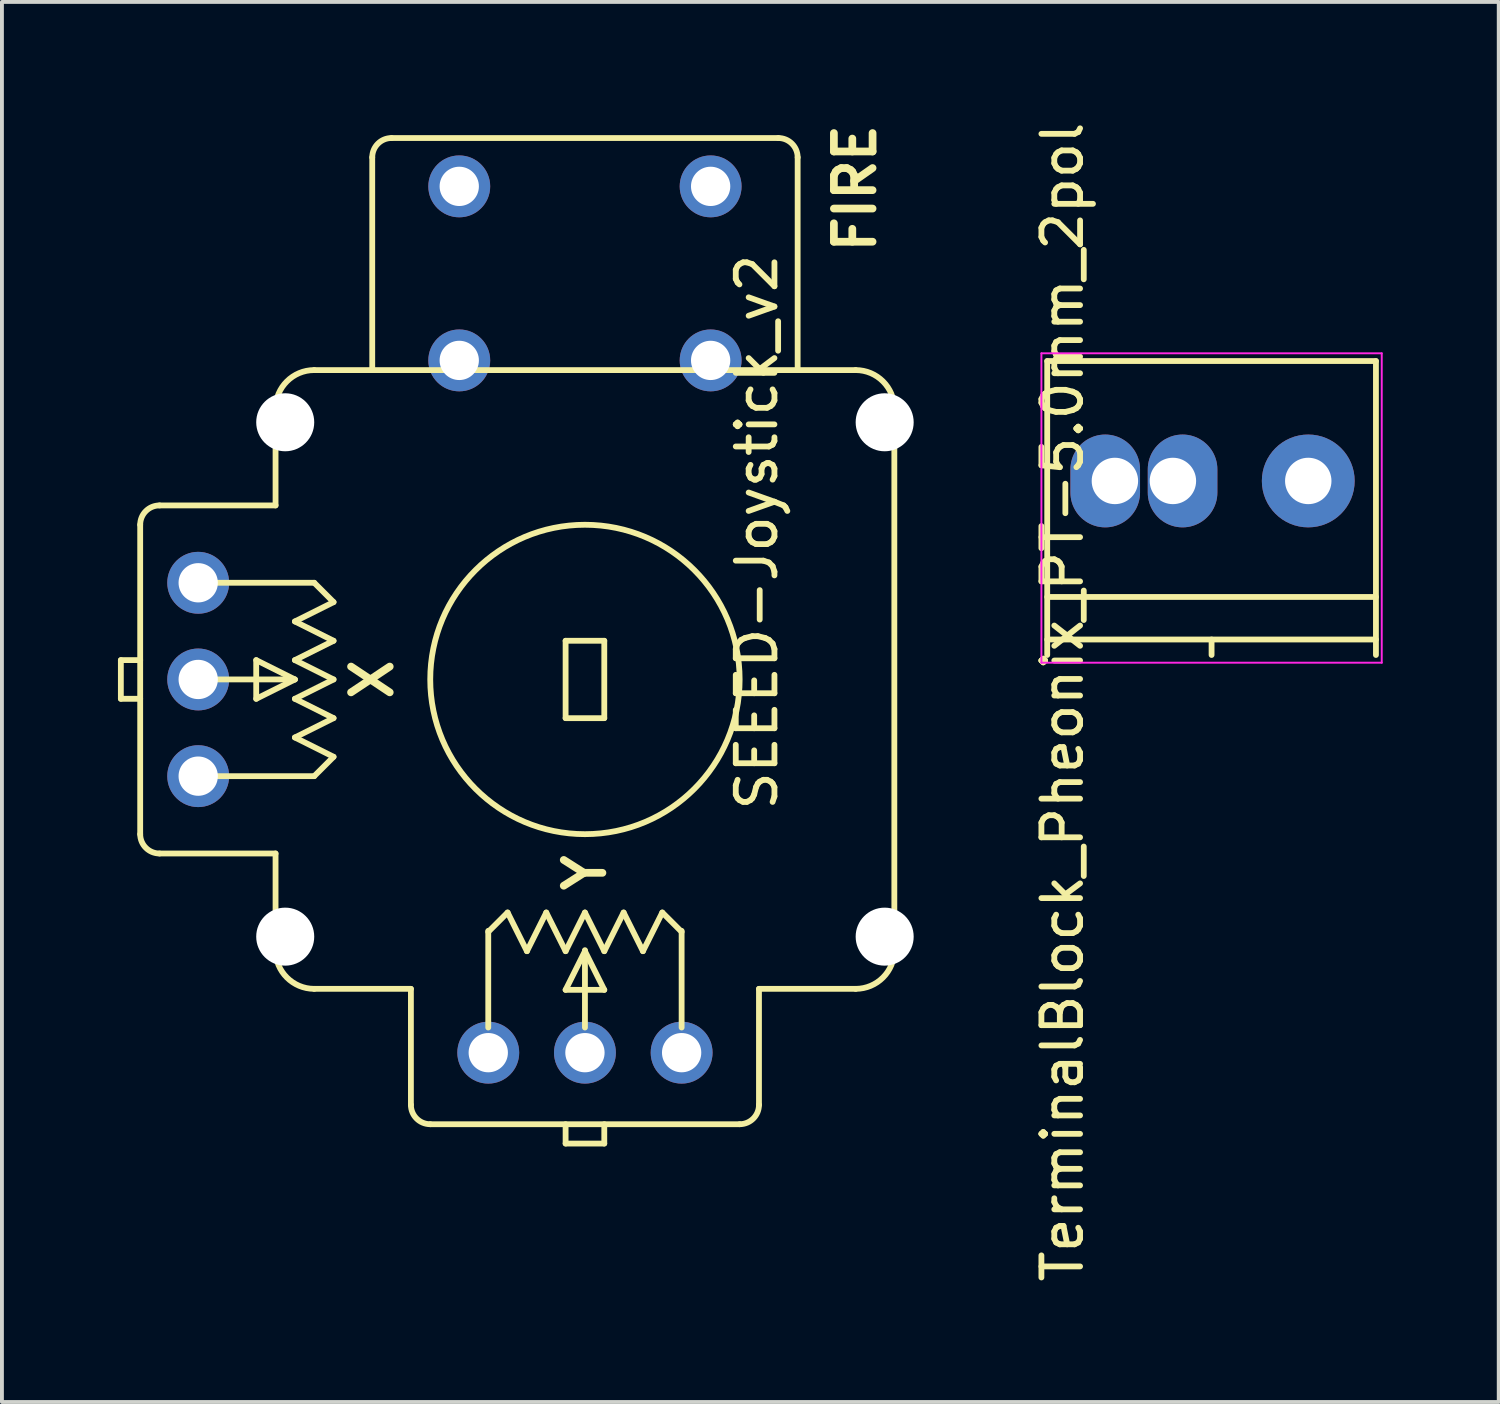
<source format=kicad_pcb>
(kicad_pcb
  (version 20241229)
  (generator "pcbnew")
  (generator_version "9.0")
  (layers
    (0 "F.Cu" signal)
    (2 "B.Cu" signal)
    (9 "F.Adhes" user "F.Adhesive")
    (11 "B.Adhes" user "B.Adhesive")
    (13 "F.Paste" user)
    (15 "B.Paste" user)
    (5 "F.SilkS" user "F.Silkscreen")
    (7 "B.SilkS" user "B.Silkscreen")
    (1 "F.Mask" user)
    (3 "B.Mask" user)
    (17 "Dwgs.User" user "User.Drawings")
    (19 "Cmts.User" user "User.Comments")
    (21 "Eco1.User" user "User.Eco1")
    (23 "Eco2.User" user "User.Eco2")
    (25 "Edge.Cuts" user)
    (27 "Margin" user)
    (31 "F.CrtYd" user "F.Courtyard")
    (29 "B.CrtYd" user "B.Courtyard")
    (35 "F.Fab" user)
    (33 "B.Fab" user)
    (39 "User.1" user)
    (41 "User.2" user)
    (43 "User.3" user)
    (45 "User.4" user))
  (footprint "SEEED-Joystick_v2"
    (layer "F.Cu")
    (at 12.075 14.519)
    (property "Reference" "SEEED-Joystick_v2" (at 4.445 -3.81 90) (layer "F.SilkS") (effects (font (size 1 1) (thickness 0.15))))
    (attr through_hole)
    (fp_line (start -12 -0.5) (end -11.5 -0.5) (stroke (width 0.15) (type solid)) (layer "F.SilkS"))
    (fp_line (start -12 0.5) (end -12 -0.5) (stroke (width 0.15) (type solid)) (layer "F.SilkS"))
    (fp_line (start -11.5 -4) (end -11.5 4) (stroke (width 0.15) (type solid)) (layer "F.SilkS"))
    (fp_line (start -11.5 0.5) (end -12 0.5) (stroke (width 0.15) (type solid)) (layer "F.SilkS"))
    (fp_line (start -11 4.5) (end -8 4.5) (stroke (width 0.15) (type solid)) (layer "F.SilkS"))
    (fp_line (start -9.5 0) (end -7.5 0) (stroke (width 0.15) (type solid)) (layer "F.SilkS"))
    (fp_line (start -8.5 -0.5) (end -8.5 0.5) (stroke (width 0.15) (type solid)) (layer "F.SilkS"))
    (fp_line (start -8.5 0.5) (end -7.5 0) (stroke (width 0.15) (type solid)) (layer "F.SilkS"))
    (fp_line (start -8 -4.5) (end -11 -4.5) (stroke (width 0.15) (type solid)) (layer "F.SilkS"))
    (fp_line (start -8 -4.5) (end -8 -7) (stroke (width 0.15) (type solid)) (layer "F.SilkS"))
    (fp_line (start -8 7) (end -8 4.5) (stroke (width 0.15) (type solid)) (layer "F.SilkS"))
    (fp_line (start -7.5 -1.5) (end -6.5 -1) (stroke (width 0.15) (type solid)) (layer "F.SilkS"))
    (fp_line (start -7.5 -0.5) (end -6.5 0) (stroke (width 0.15) (type solid)) (layer "F.SilkS"))
    (fp_line (start -7.5 0) (end -8.5 -0.5) (stroke (width 0.15) (type solid)) (layer "F.SilkS"))
    (fp_line (start -7.5 0.5) (end -6.5 1) (stroke (width 0.15) (type solid)) (layer "F.SilkS"))
    (fp_line (start -7.5 1.5) (end -6.5 2) (stroke (width 0.15) (type solid)) (layer "F.SilkS"))
    (fp_line (start -7 -8) (end 7 -8) (stroke (width 0.15) (type solid)) (layer "F.SilkS"))
    (fp_line (start -7 -2.5) (end -9.5 -2.5) (stroke (width 0.15) (type solid)) (layer "F.SilkS"))
    (fp_line (start -7 -2.5) (end -6.5 -2) (stroke (width 0.15) (type solid)) (layer "F.SilkS"))
    (fp_line (start -7 2.5) (end -9.5 2.5) (stroke (width 0.15) (type solid)) (layer "F.SilkS"))
    (fp_line (start -6.5 -2) (end -7.5 -1.5) (stroke (width 0.15) (type solid)) (layer "F.SilkS"))
    (fp_line (start -6.5 -1) (end -7.5 -0.5) (stroke (width 0.15) (type solid)) (layer "F.SilkS"))
    (fp_line (start -6.5 0) (end -7.5 0.5) (stroke (width 0.15) (type solid)) (layer "F.SilkS"))
    (fp_line (start -6.5 1) (end -7.5 1.5) (stroke (width 0.15) (type solid)) (layer "F.SilkS"))
    (fp_line (start -6.5 2) (end -7 2.5) (stroke (width 0.15) (type solid)) (layer "F.SilkS"))
    (fp_line (start -5.5 -8) (end -5.5 -13.5) (stroke (width 0.15) (type solid)) (layer "F.SilkS"))
    (fp_line (start -5 -14) (end 5 -14) (stroke (width 0.15) (type solid)) (layer "F.SilkS"))
    (fp_line (start -4.5 8) (end -7 8) (stroke (width 0.15) (type solid)) (layer "F.SilkS"))
    (fp_line (start -4.5 8) (end -4.5 11) (stroke (width 0.15) (type solid)) (layer "F.SilkS"))
    (fp_line (start -4 11.5) (end 4 11.5) (stroke (width 0.15) (type solid)) (layer "F.SilkS"))
    (fp_line (start -2.5 6.5) (end -2.5 9) (stroke (width 0.15) (type solid)) (layer "F.SilkS"))
    (fp_line (start -2.5 6.526) (end -2 6.026) (stroke (width 0.15) (type solid)) (layer "F.SilkS"))
    (fp_line (start -2 6.026) (end -1.5 7.026) (stroke (width 0.15) (type solid)) (layer "F.SilkS"))
    (fp_line (start -1.5 7.026) (end -1 6.026) (stroke (width 0.15) (type solid)) (layer "F.SilkS"))
    (fp_line (start -1 6.026) (end -0.5 7.026) (stroke (width 0.15) (type solid)) (layer "F.SilkS"))
    (fp_line (start -0.5 -1) (end 0.5 -1) (stroke (width 0.15) (type solid)) (layer "F.SilkS"))
    (fp_line (start -0.5 1) (end -0.5 -1) (stroke (width 0.15) (type solid)) (layer "F.SilkS"))
    (fp_line (start -0.5 7.026) (end 0 6.026) (stroke (width 0.15) (type solid)) (layer "F.SilkS"))
    (fp_line (start -0.5 8.026) (end 0.5 8.026) (stroke (width 0.15) (type solid)) (layer "F.SilkS"))
    (fp_line (start -0.5 11.5) (end -0.5 12) (stroke (width 0.15) (type solid)) (layer "F.SilkS"))
    (fp_line (start -0.5 12) (end 0.5 12) (stroke (width 0.15) (type solid)) (layer "F.SilkS"))
    (fp_line (start 0 6.026) (end 0.5 7.026) (stroke (width 0.15) (type solid)) (layer "F.SilkS"))
    (fp_line (start 0 7.026) (end -0.5 8.026) (stroke (width 0.15) (type solid)) (layer "F.SilkS"))
    (fp_line (start 0 9) (end 0 7) (stroke (width 0.15) (type solid)) (layer "F.SilkS"))
    (fp_line (start 0.5 -1) (end 0.5 1) (stroke (width 0.15) (type solid)) (layer "F.SilkS"))
    (fp_line (start 0.5 1) (end -0.5 1) (stroke (width 0.15) (type solid)) (layer "F.SilkS"))
    (fp_line (start 0.5 7.026) (end 1 6.026) (stroke (width 0.15) (type solid)) (layer "F.SilkS"))
    (fp_line (start 0.5 8.026) (end 0 7.026) (stroke (width 0.15) (type solid)) (layer "F.SilkS"))
    (fp_line (start 0.5 12) (end 0.5 11.5) (stroke (width 0.15) (type solid)) (layer "F.SilkS"))
    (fp_line (start 1 6.026) (end 1.5 7.026) (stroke (width 0.15) (type solid)) (layer "F.SilkS"))
    (fp_line (start 1.5 7.026) (end 2 6.026) (stroke (width 0.15) (type solid)) (layer "F.SilkS"))
    (fp_line (start 2 6.026) (end 2.5 6.526) (stroke (width 0.15) (type solid)) (layer "F.SilkS"))
    (fp_line (start 2.5 6.5) (end 2.5 9) (stroke (width 0.15) (type solid)) (layer "F.SilkS"))
    (fp_line (start 4.5 8) (end 7 8) (stroke (width 0.15) (type solid)) (layer "F.SilkS"))
    (fp_line (start 4.5 11) (end 4.5 8) (stroke (width 0.15) (type solid)) (layer "F.SilkS"))
    (fp_line (start 5.5 -13.5) (end 5.5 -8) (stroke (width 0.15) (type solid)) (layer "F.SilkS"))
    (fp_line (start 8 -7) (end 8 7) (stroke (width 0.15) (type solid)) (layer "F.SilkS"))
    (fp_arc (start -11.5 -4) (mid -11.353553 -4.353553) (end -11 -4.5) (stroke (width 0.15) (type solid)) (layer "F.SilkS"))
    (fp_arc (start -11 4.5) (mid -11.353553 4.353553) (end -11.5 4) (stroke (width 0.15) (type solid)) (layer "F.SilkS"))
    (fp_arc (start -8 -7) (mid -7.707107 -7.707107) (end -7 -8) (stroke (width 0.15) (type solid)) (layer "F.SilkS"))
    (fp_arc (start -7 8) (mid -7.707107 7.707107) (end -8 7) (stroke (width 0.15) (type solid)) (layer "F.SilkS"))
    (fp_arc (start -5.5 -13.5) (mid -5.353553 -13.853553) (end -5 -14) (stroke (width 0.15) (type solid)) (layer "F.SilkS"))
    (fp_arc (start -4 11.5) (mid -4.353553 11.353553) (end -4.5 11) (stroke (width 0.15) (type solid)) (layer "F.SilkS"))
    (fp_arc (start 4.5 11) (mid 4.353553 11.353553) (end 4 11.5) (stroke (width 0.15) (type solid)) (layer "F.SilkS"))
    (fp_arc (start 5 -14) (mid 5.353553 -13.853553) (end 5.5 -13.5) (stroke (width 0.15) (type solid)) (layer "F.SilkS"))
    (fp_arc (start 7 -8) (mid 7.707107 -7.707107) (end 8 -7) (stroke (width 0.15) (type solid)) (layer "F.SilkS"))
    (fp_arc (start 8 7) (mid 7.707107 7.707107) (end 7 8) (stroke (width 0.15) (type solid)) (layer "F.SilkS"))
    (fp_circle (center 0 0) (end 4 0) (stroke (width 0.15) (type solid)) (fill no) (layer "F.SilkS"))
    (fp_text user "FIRE" (at 6.985 -12.7 90) (layer "F.SilkS") (effects (font (size 1 1) (thickness 0.2))))
    (fp_text user "X" (at -5.5 0 90) (layer "F.SilkS") (effects (font (size 1 1) (thickness 0.2))))
    (fp_text user "Y" (at 0 5 90) (layer "F.SilkS") (effects (font (size 1 1) (thickness 0.2))))
    (pad "" np_thru_hole circle (at -7.75 -6.65) (size 1.5 1.5) (drill 1.5) (layers "*.Cu"))
    (pad "" np_thru_hole circle (at -7.75 6.65) (size 1.5 1.5) (drill 1.5) (layers "*.Cu"))
    (pad "" np_thru_hole circle (at 7.75 -6.65) (size 1.5 1.5) (drill 1.5) (layers "*.Cu"))
    (pad "" np_thru_hole circle (at 7.75 6.65) (size 1.5 1.5) (drill 1.5) (layers "*.Cu"))
    (pad "A1" thru_hole circle (at -3.25 -12.75) (size 1.6 1.6) (drill 1.016) (layers "*.Cu" "*.Mask"))
    (pad "A2" thru_hole circle (at 3.25 -12.75) (size 1.6 1.6) (drill 1.016) (layers "*.Cu" "*.Mask"))
    (pad "B1" thru_hole circle (at -3.25 -8.25) (size 1.6 1.6) (drill 1.016) (layers "*.Cu" "*.Mask"))
    (pad "B2" thru_hole circle (at 3.25 -8.25) (size 1.6 1.6) (drill 1.016) (layers "*.Cu" "*.Mask"))
    (pad "X" thru_hole circle (at -10 0) (size 1.6 1.6) (drill 1.016) (layers "*.Cu" "*.Mask"))
    (pad "X+" thru_hole circle (at -10 -2.5) (size 1.6 1.6) (drill 1.016) (layers "*.Cu" "*.Mask"))
    (pad "X-" thru_hole circle (at -10 2.5) (size 1.6 1.6) (drill 1.016) (layers "*.Cu" "*.Mask"))
    (pad "Y" thru_hole circle (at 0 9.65) (size 1.6 1.6) (drill 1.016) (layers "*.Cu" "*.Mask"))
    (pad "Y+" thru_hole circle (at 2.5 9.65) (size 1.6 1.6) (drill 1.016) (layers "*.Cu" "*.Mask"))
    (pad "Y-" thru_hole circle (at -2.5 9.65) (size 1.6 1.6) (drill 1.016) (layers "*.Cu" "*.Mask")))
  (footprint "TerminalBlock_Pheonix_PT-5.0mm_2pol"
    (layer "F.Cu")
    (at 28.278 9.386)
    (property "Reference" "TerminalBlock_Pheonix_PT-5.0mm_2pol" (at -3.855 5.715 90) (layer "F.SilkS") (effects (font (size 1 1) (thickness 0.15))))
    (attr through_hole)
    (fp_line (start -4.25 -3.1) (end -4.25 4.5) (stroke (width 0.15) (type solid)) (layer "F.SilkS"))
    (fp_line (start -4.25 3) (end 4.25 3) (stroke (width 0.15) (type solid)) (layer "F.SilkS"))
    (fp_line (start -4.25 4.1) (end 4.25 4.1) (stroke (width 0.15) (type solid)) (layer "F.SilkS"))
    (fp_line (start 0 4.1) (end 0 4.5) (stroke (width 0.15) (type solid)) (layer "F.SilkS"))
    (fp_line (start 4.25 -3.1) (end -4.25 -3.1) (stroke (width 0.15) (type solid)) (layer "F.SilkS"))
    (fp_line (start 4.25 4.5) (end 4.25 -3.1) (stroke (width 0.15) (type solid)) (layer "F.SilkS"))
    (fp_line (start -4.4 -3.3) (end 4.4 -3.3) (stroke (width 0.05) (type solid)) (layer "F.CrtYd"))
    (fp_line (start -4.4 4.7) (end -4.4 -3.3) (stroke (width 0.05) (type solid)) (layer "F.CrtYd"))
    (fp_line (start 4.4 -3.3) (end 4.4 4.7) (stroke (width 0.05) (type solid)) (layer "F.CrtYd"))
    (fp_line (start 4.4 4.7) (end -4.4 4.7) (stroke (width 0.05) (type solid)) (layer "F.CrtYd"))
    (pad "1" thru_hole oval (at -2.5 0) (size 1.8 2.4) (drill 1.2 (offset -0.25 0)) (layers "*.Cu" "*.Mask"))
    (pad "1" thru_hole oval (at -1 0) (size 1.8 2.4) (drill 1.2 (offset 0.25 0)) (layers "*.Cu" "*.Mask"))
    (pad "2" thru_hole circle (at 2.5 0) (size 2.4 2.4) (drill 1.2) (layers "*.Cu" "*.Mask")))
  (gr_rect
    (start -3 -3)
    (end 35.703 33.202)
    (stroke (width 0.1) (type default))
    (fill no)
    (layer "Edge.Cuts")))
</source>
